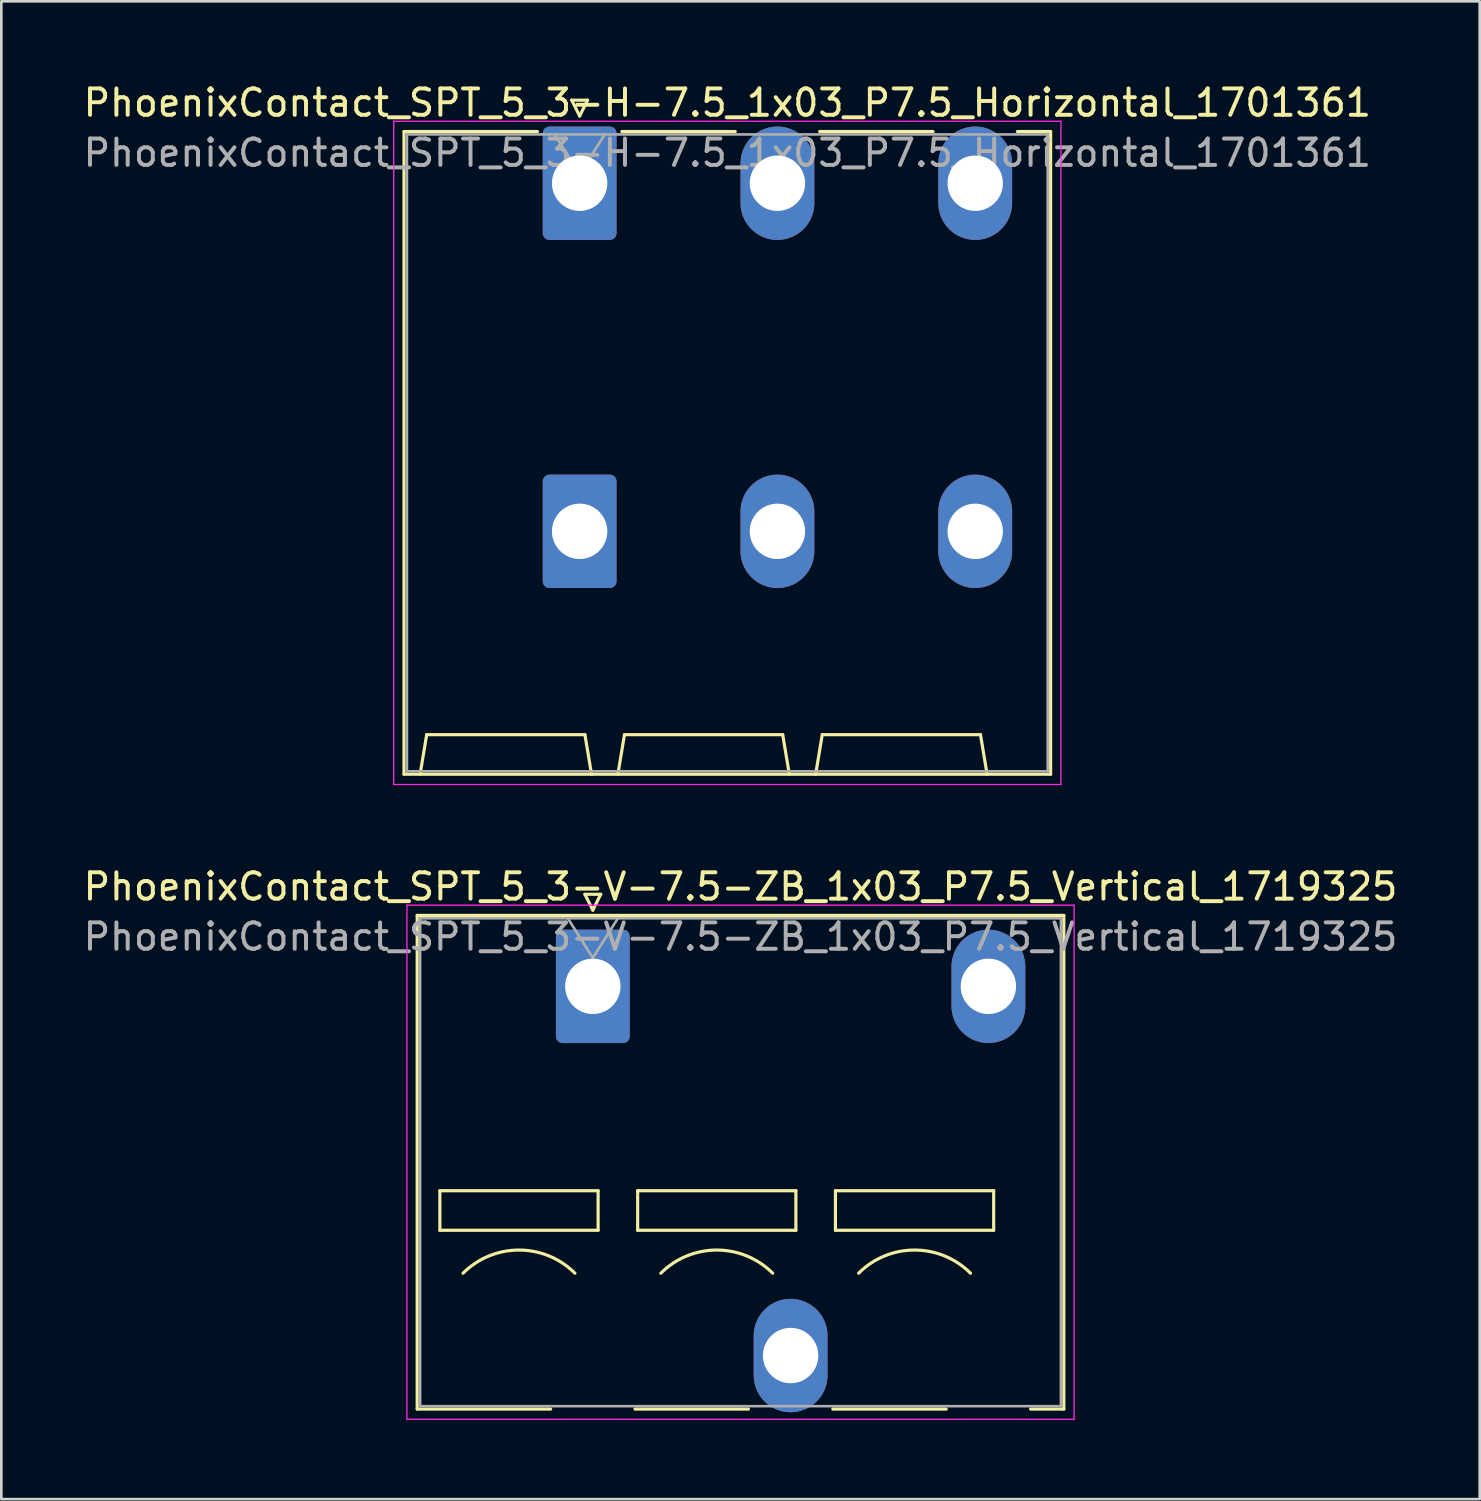
<source format=kicad_pcb>
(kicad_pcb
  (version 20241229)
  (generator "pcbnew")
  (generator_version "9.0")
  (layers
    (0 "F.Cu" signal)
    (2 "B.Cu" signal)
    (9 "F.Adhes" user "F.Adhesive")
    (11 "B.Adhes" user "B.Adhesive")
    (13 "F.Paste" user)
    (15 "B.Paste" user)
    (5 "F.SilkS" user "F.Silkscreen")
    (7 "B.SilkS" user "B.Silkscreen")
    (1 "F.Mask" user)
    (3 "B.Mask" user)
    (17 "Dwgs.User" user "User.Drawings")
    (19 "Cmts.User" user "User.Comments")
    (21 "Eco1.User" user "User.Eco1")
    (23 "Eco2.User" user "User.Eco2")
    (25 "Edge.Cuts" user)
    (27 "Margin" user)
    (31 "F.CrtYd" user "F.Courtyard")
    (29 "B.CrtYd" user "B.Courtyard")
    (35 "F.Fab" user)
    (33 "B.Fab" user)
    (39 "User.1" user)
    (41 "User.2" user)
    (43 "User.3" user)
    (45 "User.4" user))
  (footprint "PhoenixContact_SPT_5_3-H-7.5_1x03_P7.5_Horizontal_1701361"
    (layer "F.Cu")
    (at 18.93 3.898)
    (property "Reference" "PhoenixContact_SPT_5_3-H-7.5_1x03_P7.5_Horizontal_1701361" (at 5.6 -3.05 0) (layer "F.SilkS") (effects (font (size 1 1) (thickness 0.15))))
    (attr through_hole)
    (fp_line (start -6.66 -1.96) (end -1.6 -1.96) (stroke (width 0.12) (type solid)) (layer "F.SilkS"))
    (fp_line (start -6.66 22.41) (end -6.66 -1.96) (stroke (width 0.12) (type solid)) (layer "F.SilkS"))
    (fp_line (start -6.05 22.41) (end -5.8 20.91) (stroke (width 0.12) (type solid)) (layer "F.SilkS"))
    (fp_line (start -5.8 20.91) (end 0.2 20.91) (stroke (width 0.12) (type solid)) (layer "F.SilkS"))
    (fp_line (start -0.3 -3.15) (end 0 -2.55) (stroke (width 0.12) (type solid)) (layer "F.SilkS"))
    (fp_line (start -0.3 -3.15) (end 0.3 -3.15) (stroke (width 0.12) (type solid)) (layer "F.SilkS"))
    (fp_line (start 0.3 -3.15) (end 0 -2.55) (stroke (width 0.12) (type solid)) (layer "F.SilkS"))
    (fp_line (start 0.45 22.41) (end 0.2 20.91) (stroke (width 0.12) (type solid)) (layer "F.SilkS"))
    (fp_line (start 1.45 22.41) (end 1.7 20.91) (stroke (width 0.12) (type solid)) (layer "F.SilkS"))
    (fp_line (start 1.6 -1.96) (end 5.9 -1.96) (stroke (width 0.12) (type solid)) (layer "F.SilkS"))
    (fp_line (start 1.7 20.91) (end 7.7 20.91) (stroke (width 0.12) (type solid)) (layer "F.SilkS"))
    (fp_line (start 7.95 22.41) (end 7.7 20.91) (stroke (width 0.12) (type solid)) (layer "F.SilkS"))
    (fp_line (start 8.95 22.41) (end 9.2 20.91) (stroke (width 0.12) (type solid)) (layer "F.SilkS"))
    (fp_line (start 9.1 -1.96) (end 13.4 -1.96) (stroke (width 0.12) (type solid)) (layer "F.SilkS"))
    (fp_line (start 9.2 20.91) (end 15.2 20.91) (stroke (width 0.12) (type solid)) (layer "F.SilkS"))
    (fp_line (start 15.45 22.41) (end 15.2 20.91) (stroke (width 0.12) (type solid)) (layer "F.SilkS"))
    (fp_line (start 16.6 -1.96) (end 17.86 -1.96) (stroke (width 0.12) (type solid)) (layer "F.SilkS"))
    (fp_line (start 17.86 -1.96) (end 17.86 22.41) (stroke (width 0.12) (type solid)) (layer "F.SilkS"))
    (fp_line (start 17.86 22.41) (end -6.66 22.41) (stroke (width 0.12) (type solid)) (layer "F.SilkS"))
    (fp_line (start -7.05 -2.35) (end -7.05 22.8) (stroke (width 0.05) (type solid)) (layer "F.CrtYd"))
    (fp_line (start -7.05 22.8) (end 18.25 22.8) (stroke (width 0.05) (type solid)) (layer "F.CrtYd"))
    (fp_line (start 18.25 -2.35) (end -7.05 -2.35) (stroke (width 0.05) (type solid)) (layer "F.CrtYd"))
    (fp_line (start 18.25 22.8) (end 18.25 -2.35) (stroke (width 0.05) (type solid)) (layer "F.CrtYd"))
    (fp_line (start -6.55 -1.85) (end -6.55 22.3) (stroke (width 0.1) (type solid)) (layer "F.Fab"))
    (fp_line (start -6.55 22.3) (end 17.75 22.3) (stroke (width 0.1) (type solid)) (layer "F.Fab"))
    (fp_line (start -0.95 -1.85) (end 0 -0.35) (stroke (width 0.1) (type solid)) (layer "F.Fab"))
    (fp_line (start 0.95 -1.85) (end 0 -0.35) (stroke (width 0.1) (type solid)) (layer "F.Fab"))
    (fp_line (start 17.75 -1.85) (end -6.55 -1.85) (stroke (width 0.1) (type solid)) (layer "F.Fab"))
    (fp_line (start 17.75 22.3) (end 17.75 -1.85) (stroke (width 0.1) (type solid)) (layer "F.Fab"))
    (fp_text user "${REFERENCE}" (at 5.6 -1.15 0) (layer "F.Fab") (effects (font (size 1 1) (thickness 0.15))))
    (pad "1" thru_hole roundrect (at 0 0) (size 2.8 4.3) (drill 2.1) (layers "*.Cu" "*.Mask") (roundrect_rratio 0.089))
    (pad "1" thru_hole roundrect (at 0 13.2) (size 2.8 4.3) (drill 2.1) (layers "*.Cu" "*.Mask") (roundrect_rratio 0.089))
    (pad "2" thru_hole oval (at 7.5 0) (size 2.8 4.3) (drill 2.1) (layers "*.Cu" "*.Mask"))
    (pad "2" thru_hole oval (at 7.5 13.2) (size 2.8 4.3) (drill 2.1) (layers "*.Cu" "*.Mask"))
    (pad "3" thru_hole oval (at 15 0) (size 2.8 4.3) (drill 2.1) (layers "*.Cu" "*.Mask"))
    (pad "3" thru_hole oval (at 15 13.2) (size 2.8 4.3) (drill 2.1) (layers "*.Cu" "*.Mask")))
  (footprint "PhoenixContact_SPT_5_3-V-7.5-ZB_1x03_P7.5_Vertical_1719325"
    (layer "F.Cu")
    (at 19.43 34.352)
    (property "Reference" "PhoenixContact_SPT_5_3-V-7.5-ZB_1x03_P7.5_Vertical_1719325" (at 5.6 -3.78 0) (layer "F.SilkS") (effects (font (size 1 1) (thickness 0.15))))
    (attr through_hole)
    (fp_line (start -6.66 -2.69) (end 17.86 -2.69) (stroke (width 0.12) (type solid)) (layer "F.SilkS"))
    (fp_line (start -6.66 16.03) (end -6.66 -2.69) (stroke (width 0.12) (type solid)) (layer "F.SilkS"))
    (fp_line (start -6.66 16.03) (end -1.6 16.03) (stroke (width 0.12) (type solid)) (layer "F.SilkS"))
    (fp_line (start -5.8 7.75) (end -5.8 9.25) (stroke (width 0.12) (type solid)) (layer "F.SilkS"))
    (fp_line (start -5.8 9.25) (end 0.2 9.25) (stroke (width 0.12) (type solid)) (layer "F.SilkS"))
    (fp_line (start -0.3 -3.49) (end 0 -2.89) (stroke (width 0.12) (type solid)) (layer "F.SilkS"))
    (fp_line (start -0.3 -3.49) (end 0.3 -3.49) (stroke (width 0.12) (type solid)) (layer "F.SilkS"))
    (fp_line (start 0.2 7.75) (end -5.8 7.75) (stroke (width 0.12) (type solid)) (layer "F.SilkS"))
    (fp_line (start 0.2 9.25) (end 0.2 7.75) (stroke (width 0.12) (type solid)) (layer "F.SilkS"))
    (fp_line (start 0.3 -3.49) (end 0 -2.89) (stroke (width 0.12) (type solid)) (layer "F.SilkS"))
    (fp_line (start 1.6 16.03) (end 5.9 16.03) (stroke (width 0.12) (type solid)) (layer "F.SilkS"))
    (fp_line (start 1.7 7.75) (end 1.7 9.25) (stroke (width 0.12) (type solid)) (layer "F.SilkS"))
    (fp_line (start 1.7 9.25) (end 7.7 9.25) (stroke (width 0.12) (type solid)) (layer "F.SilkS"))
    (fp_line (start 7.7 7.75) (end 1.7 7.75) (stroke (width 0.12) (type solid)) (layer "F.SilkS"))
    (fp_line (start 7.7 9.25) (end 7.7 7.75) (stroke (width 0.12) (type solid)) (layer "F.SilkS"))
    (fp_line (start 9.1 16.03) (end 13.4 16.03) (stroke (width 0.12) (type solid)) (layer "F.SilkS"))
    (fp_line (start 9.2 7.75) (end 9.2 9.25) (stroke (width 0.12) (type solid)) (layer "F.SilkS"))
    (fp_line (start 9.2 9.25) (end 15.2 9.25) (stroke (width 0.12) (type solid)) (layer "F.SilkS"))
    (fp_line (start 15.2 7.75) (end 9.2 7.75) (stroke (width 0.12) (type solid)) (layer "F.SilkS"))
    (fp_line (start 15.2 9.25) (end 15.2 7.75) (stroke (width 0.12) (type solid)) (layer "F.SilkS"))
    (fp_line (start 16.6 16.03) (end 17.86 16.03) (stroke (width 0.12) (type solid)) (layer "F.SilkS"))
    (fp_line (start 17.86 -2.69) (end 17.86 16.03) (stroke (width 0.12) (type solid)) (layer "F.SilkS"))
    (fp_arc (start -4.92132 10.87868) (mid -2.8 10) (end -0.67868 10.87868) (stroke (width 0.12) (type solid)) (layer "F.SilkS"))
    (fp_arc (start 2.57868 10.87868) (mid 4.7 10) (end 6.82132 10.87868) (stroke (width 0.12) (type solid)) (layer "F.SilkS"))
    (fp_arc (start 10.07868 10.87868) (mid 12.2 10) (end 14.32132 10.87868) (stroke (width 0.12) (type solid)) (layer "F.SilkS"))
    (fp_line (start -7.05 -3.08) (end -7.05 16.42) (stroke (width 0.05) (type solid)) (layer "F.CrtYd"))
    (fp_line (start -7.05 16.42) (end 18.25 16.42) (stroke (width 0.05) (type solid)) (layer "F.CrtYd"))
    (fp_line (start 18.25 -3.08) (end -7.05 -3.08) (stroke (width 0.05) (type solid)) (layer "F.CrtYd"))
    (fp_line (start 18.25 16.42) (end 18.25 -3.08) (stroke (width 0.05) (type solid)) (layer "F.CrtYd"))
    (fp_line (start -6.55 -2.58) (end -6.55 15.92) (stroke (width 0.1) (type solid)) (layer "F.Fab"))
    (fp_line (start -6.55 15.92) (end 17.75 15.92) (stroke (width 0.1) (type solid)) (layer "F.Fab"))
    (fp_line (start -0.95 -2.58) (end 0 -1.08) (stroke (width 0.1) (type solid)) (layer "F.Fab"))
    (fp_line (start 0.95 -2.58) (end 0 -1.08) (stroke (width 0.1) (type solid)) (layer "F.Fab"))
    (fp_line (start 17.75 -2.58) (end -6.55 -2.58) (stroke (width 0.1) (type solid)) (layer "F.Fab"))
    (fp_line (start 17.75 15.92) (end 17.75 -2.58) (stroke (width 0.1) (type solid)) (layer "F.Fab"))
    (fp_text user "${REFERENCE}" (at 5.6 -1.88 0) (layer "F.Fab") (effects (font (size 1 1) (thickness 0.15))))
    (pad "1" thru_hole roundrect (at 0 0) (size 2.8 4.3) (drill 2.1) (layers "*.Cu" "*.Mask") (roundrect_rratio 0.089))
    (pad "2" thru_hole oval (at 7.5 14) (size 2.8 4.3) (drill 2.1) (layers "*.Cu" "*.Mask"))
    (pad "3" thru_hole oval (at 15 0) (size 2.8 4.3) (drill 2.1) (layers "*.Cu" "*.Mask")))
  (gr_rect
    (start -3 -3)
    (end 53.06 53.797)
    (stroke (width 0.1) (type default))
    (fill no)
    (layer "Edge.Cuts")))
</source>
